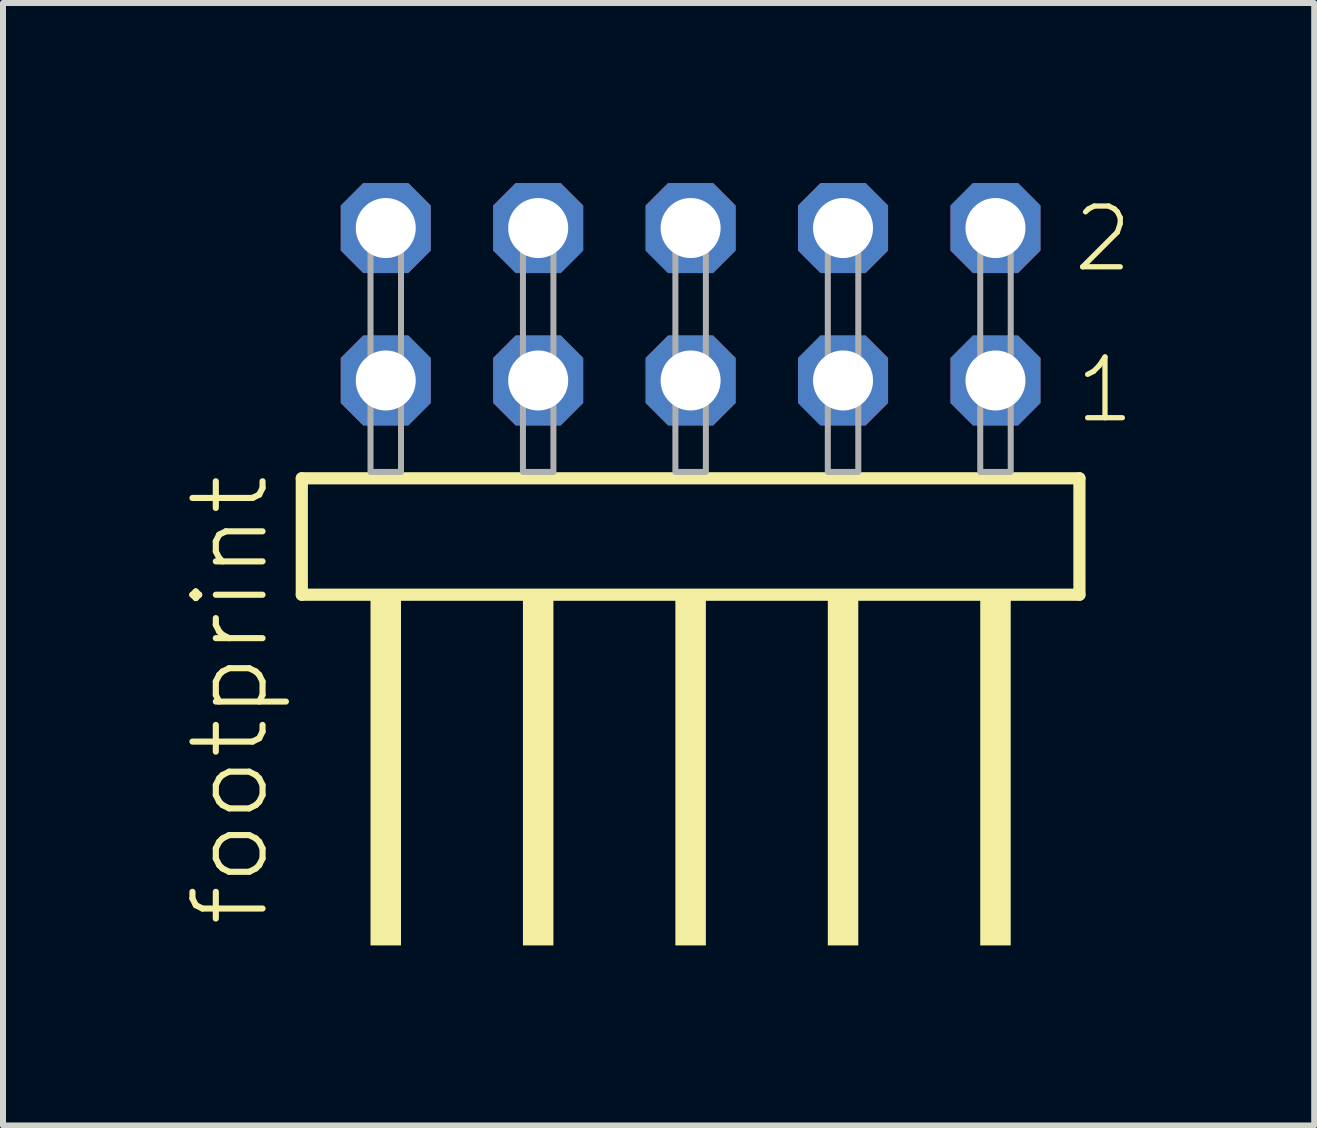
<source format=kicad_pcb>
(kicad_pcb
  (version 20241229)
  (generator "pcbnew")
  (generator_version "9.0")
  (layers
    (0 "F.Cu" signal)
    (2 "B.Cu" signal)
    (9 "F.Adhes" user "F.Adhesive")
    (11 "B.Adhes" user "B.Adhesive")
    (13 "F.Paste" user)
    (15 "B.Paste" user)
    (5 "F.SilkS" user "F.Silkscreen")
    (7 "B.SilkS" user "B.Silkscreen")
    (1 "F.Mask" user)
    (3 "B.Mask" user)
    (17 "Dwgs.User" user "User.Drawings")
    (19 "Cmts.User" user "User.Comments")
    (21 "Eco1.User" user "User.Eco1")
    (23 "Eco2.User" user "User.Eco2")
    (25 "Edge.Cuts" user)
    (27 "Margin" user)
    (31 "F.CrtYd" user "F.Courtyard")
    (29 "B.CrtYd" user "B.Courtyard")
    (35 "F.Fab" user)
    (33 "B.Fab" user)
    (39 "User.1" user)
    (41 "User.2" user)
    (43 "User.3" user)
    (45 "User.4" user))
  (footprint "footprint"
    (layer "F.Cu")
    (at 8.458 4.814)
    (property "Reference" "footprint" (at -6.985 7.62 90) (layer "F.SilkS") (effects (font (size 1.168 1.168) (thickness 0.102)) (justify left bottom)))
    (fp_line (start -6.479 0.106) (end -6.479 2.046) (stroke (width 0.203) (type solid)) (layer "F.SilkS"))
    (fp_line (start -6.479 2.046) (end 6.479 2.046) (stroke (width 0.203) (type solid)) (layer "F.SilkS"))
    (fp_line (start 6.479 0.106) (end -6.479 0.106) (stroke (width 0.203) (type solid)) (layer "F.SilkS"))
    (fp_line (start 6.479 2.046) (end 6.479 0.106) (stroke (width 0.203) (type solid)) (layer "F.SilkS"))
    (fp_poly (pts (xy -5.334 7.89) (xy -4.826 7.89) (xy -4.826 2.04) (xy -5.334 2.04)) (stroke (width 0) (type solid)) (fill yes) (layer "F.SilkS"))
    (fp_poly (pts (xy -2.794 7.89) (xy -2.286 7.89) (xy -2.286 2.04) (xy -2.794 2.04)) (stroke (width 0) (type solid)) (fill yes) (layer "F.SilkS"))
    (fp_poly (pts (xy -0.254 7.89) (xy 0.254 7.89) (xy 0.254 2.04) (xy -0.254 2.04)) (stroke (width 0) (type solid)) (fill yes) (layer "F.SilkS"))
    (fp_poly (pts (xy 2.286 7.89) (xy 2.794 7.89) (xy 2.794 2.04) (xy 2.286 2.04)) (stroke (width 0) (type solid)) (fill yes) (layer "F.SilkS"))
    (fp_poly (pts (xy 4.826 7.89) (xy 5.334 7.89) (xy 5.334 2.04) (xy 4.826 2.04)) (stroke (width 0) (type solid)) (fill yes) (layer "F.SilkS"))
    (fp_poly (pts (xy -5.334 0) (xy -4.826 0) (xy -4.826 -4.318) (xy -5.334 -4.318)) (stroke (width 0.1) (type solid)) (fill no) (layer "F.Fab"))
    (fp_poly (pts (xy -2.794 0) (xy -2.286 0) (xy -2.286 -4.318) (xy -2.794 -4.318)) (stroke (width 0.1) (type solid)) (fill no) (layer "F.Fab"))
    (fp_poly (pts (xy -0.254 0) (xy 0.254 0) (xy 0.254 -4.318) (xy -0.254 -4.318)) (stroke (width 0.1) (type solid)) (fill no) (layer "F.Fab"))
    (fp_poly (pts (xy 2.286 0) (xy 2.794 0) (xy 2.794 -4.318) (xy 2.286 -4.318)) (stroke (width 0.1) (type solid)) (fill no) (layer "F.Fab"))
    (fp_poly (pts (xy 4.826 0) (xy 5.334 0) (xy 5.334 -4.318) (xy 4.826 -4.318)) (stroke (width 0.1) (type solid)) (fill no) (layer "F.Fab"))
    (fp_text user "2" (at 6.33 -3.29 0) (layer "F.SilkS") (effects (font (size 1.012 1.012) (thickness 0.088)) (justify left bottom)))
    (fp_text user "1" (at 6.365 -0.775 0) (layer "F.SilkS") (effects (font (size 1.012 1.012) (thickness 0.088)) (justify left bottom)))
    (pad "1" thru_hole roundrect (at 5.08 -1.524 180) (size 1.5 1.5) (drill 1) (layers "*.Cu" "*.Mask") (roundrect_rratio 0.25) (chamfer_ratio 0.25) (chamfer top_left top_right bottom_left bottom_right))
    (pad "2" thru_hole roundrect (at 5.08 -4.064 180) (size 1.5 1.5) (drill 1) (layers "*.Cu" "*.Mask") (roundrect_rratio 0.25) (chamfer_ratio 0.25) (chamfer top_left top_right bottom_left bottom_right))
    (pad "3" thru_hole roundrect (at 2.54 -1.524 180) (size 1.5 1.5) (drill 1) (layers "*.Cu" "*.Mask") (roundrect_rratio 0.25) (chamfer_ratio 0.25) (chamfer top_left top_right bottom_left bottom_right))
    (pad "4" thru_hole roundrect (at 2.54 -4.064 180) (size 1.5 1.5) (drill 1) (layers "*.Cu" "*.Mask") (roundrect_rratio 0.25) (chamfer_ratio 0.25) (chamfer top_left top_right bottom_left bottom_right))
    (pad "5" thru_hole roundrect (at 0 -1.524 180) (size 1.5 1.5) (drill 1) (layers "*.Cu" "*.Mask") (roundrect_rratio 0.25) (chamfer_ratio 0.25) (chamfer top_left top_right bottom_left bottom_right))
    (pad "6" thru_hole roundrect (at 0 -4.064 180) (size 1.5 1.5) (drill 1) (layers "*.Cu" "*.Mask") (roundrect_rratio 0.25) (chamfer_ratio 0.25) (chamfer top_left top_right bottom_left bottom_right))
    (pad "7" thru_hole roundrect (at -2.54 -1.524 180) (size 1.5 1.5) (drill 1) (layers "*.Cu" "*.Mask") (roundrect_rratio 0.25) (chamfer_ratio 0.25) (chamfer top_left top_right bottom_left bottom_right))
    (pad "8" thru_hole roundrect (at -2.54 -4.064 180) (size 1.5 1.5) (drill 1) (layers "*.Cu" "*.Mask") (roundrect_rratio 0.25) (chamfer_ratio 0.25) (chamfer top_left top_right bottom_left bottom_right))
    (pad "9" thru_hole roundrect (at -5.08 -1.524 180) (size 1.5 1.5) (drill 1) (layers "*.Cu" "*.Mask") (roundrect_rratio 0.25) (chamfer_ratio 0.25) (chamfer top_left top_right bottom_left bottom_right))
    (pad "10" thru_hole roundrect (at -5.08 -4.064 180) (size 1.5 1.5) (drill 1) (layers "*.Cu" "*.Mask") (roundrect_rratio 0.25) (chamfer_ratio 0.25) (chamfer top_left top_right bottom_left bottom_right)))
  (gr_rect
    (start -3 -3)
    (end 18.849 15.704)
    (stroke (width 0.1) (type default))
    (fill no)
    (layer "Edge.Cuts")))
</source>
